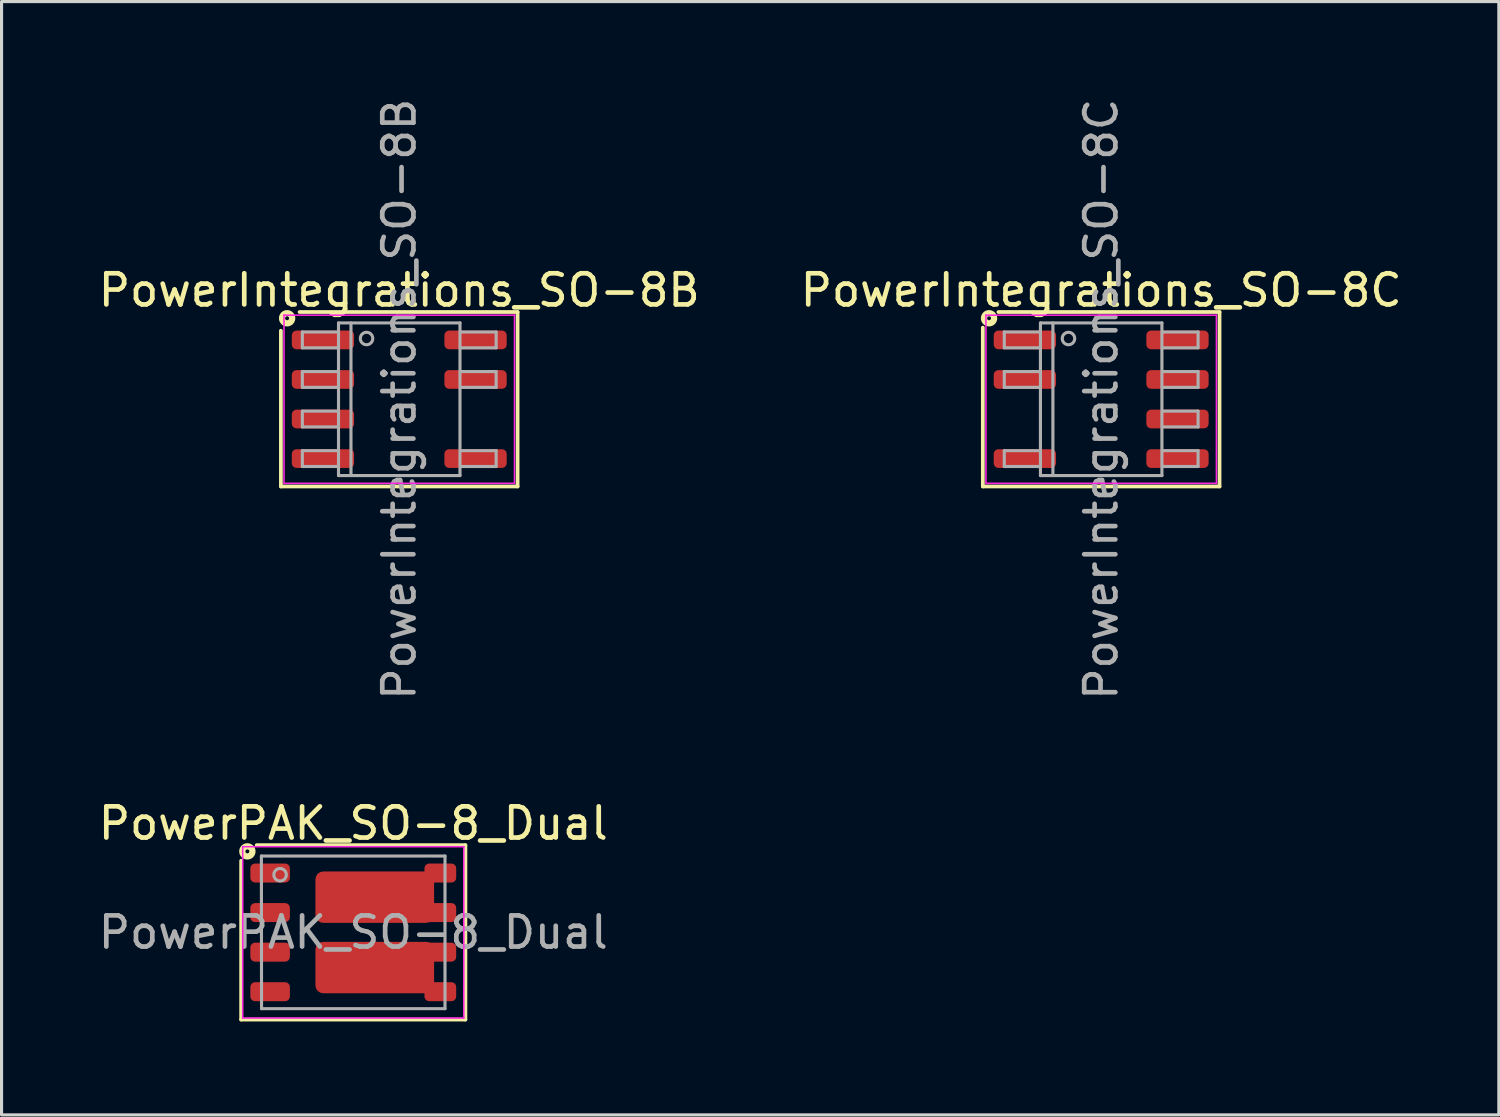
<source format=kicad_pcb>
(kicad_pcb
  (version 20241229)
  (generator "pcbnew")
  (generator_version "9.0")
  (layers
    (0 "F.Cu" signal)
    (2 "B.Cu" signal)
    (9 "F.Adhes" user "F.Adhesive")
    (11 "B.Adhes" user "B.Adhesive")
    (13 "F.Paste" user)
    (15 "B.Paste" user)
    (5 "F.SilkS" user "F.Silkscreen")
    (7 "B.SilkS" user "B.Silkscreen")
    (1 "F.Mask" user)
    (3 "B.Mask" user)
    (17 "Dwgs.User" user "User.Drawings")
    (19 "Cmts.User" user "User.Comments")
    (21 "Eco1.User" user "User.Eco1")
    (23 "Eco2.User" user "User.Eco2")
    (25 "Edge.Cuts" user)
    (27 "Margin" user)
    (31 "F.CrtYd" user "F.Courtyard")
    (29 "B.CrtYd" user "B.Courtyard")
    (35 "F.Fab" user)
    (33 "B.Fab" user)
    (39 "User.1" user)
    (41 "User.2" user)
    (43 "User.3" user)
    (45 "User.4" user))
  (footprint "PowerIntegrations_SO-8C"
    (layer "F.Cu")
    (at 32.304 9.768)
    (property "Reference" "PowerIntegrations_SO-8C" (at 0 -3.5 0) (layer "F.SilkS") (effects (font (size 1 1) (thickness 0.15))))
    (attr smd)
    (fp_line (start -3.8 2.8) (end -3.8 -2.3) (stroke (width 0.12) (type solid)) (layer "F.SilkS"))
    (fp_line (start -3.3 -2.8) (end 3.8 -2.8) (stroke (width 0.12) (type solid)) (layer "F.SilkS"))
    (fp_line (start 3.8 -2.8) (end 3.8 2.8) (stroke (width 0.12) (type solid)) (layer "F.SilkS"))
    (fp_line (start 3.8 2.8) (end -3.8 2.8) (stroke (width 0.12) (type solid)) (layer "F.SilkS"))
    (fp_circle (center -3.6 -2.6) (end -3.537 -2.6) (stroke (width 0.2) (type solid)) (fill no) (layer "F.SilkS"))
    (fp_line (start -3.7 -2.7) (end -3.7 2.7) (stroke (width 0.05) (type solid)) (layer "F.CrtYd"))
    (fp_line (start -3.7 -2.7) (end 3.7 -2.7) (stroke (width 0.05) (type solid)) (layer "F.CrtYd"))
    (fp_line (start 3.7 2.7) (end -3.7 2.7) (stroke (width 0.05) (type solid)) (layer "F.CrtYd"))
    (fp_line (start 3.7 2.7) (end 3.7 -2.7) (stroke (width 0.05) (type solid)) (layer "F.CrtYd"))
    (fp_line (start -3.111 -2.159) (end -3.111 -1.651) (stroke (width 0.1) (type solid)) (layer "F.Fab"))
    (fp_line (start -3.111 -2.159) (end -1.968 -2.159) (stroke (width 0.1) (type solid)) (layer "F.Fab"))
    (fp_line (start -3.111 -1.651) (end -1.968 -1.651) (stroke (width 0.1) (type solid)) (layer "F.Fab"))
    (fp_line (start -3.111 -0.889) (end -3.111 -0.381) (stroke (width 0.1) (type solid)) (layer "F.Fab"))
    (fp_line (start -3.111 -0.889) (end -1.968 -0.889) (stroke (width 0.1) (type solid)) (layer "F.Fab"))
    (fp_line (start -3.111 -0.381) (end -1.968 -0.381) (stroke (width 0.1) (type solid)) (layer "F.Fab"))
    (fp_line (start -3.111 1.651) (end -3.111 2.159) (stroke (width 0.1) (type solid)) (layer "F.Fab"))
    (fp_line (start -3.111 1.651) (end -1.968 1.651) (stroke (width 0.1) (type solid)) (layer "F.Fab"))
    (fp_line (start -3.111 2.159) (end -1.968 2.159) (stroke (width 0.1) (type solid)) (layer "F.Fab"))
    (fp_line (start -1.95 -2.45) (end 1.95 -2.45) (stroke (width 0.1) (type solid)) (layer "F.Fab"))
    (fp_line (start -1.95 2.45) (end -1.95 -2.45) (stroke (width 0.1) (type solid)) (layer "F.Fab"))
    (fp_line (start -1.55 -2.45) (end -1.55 2.45) (stroke (width 0.1) (type solid)) (layer "F.Fab"))
    (fp_line (start 1.95 -2.45) (end 1.95 2.45) (stroke (width 0.1) (type solid)) (layer "F.Fab"))
    (fp_line (start 1.95 2.45) (end -1.95 2.45) (stroke (width 0.1) (type solid)) (layer "F.Fab"))
    (fp_line (start 3.111 -2.159) (end 1.968 -2.159) (stroke (width 0.1) (type solid)) (layer "F.Fab"))
    (fp_line (start 3.111 -1.651) (end 1.968 -1.651) (stroke (width 0.1) (type solid)) (layer "F.Fab"))
    (fp_line (start 3.111 -1.651) (end 3.111 -2.159) (stroke (width 0.1) (type solid)) (layer "F.Fab"))
    (fp_line (start 3.111 -0.889) (end 1.968 -0.889) (stroke (width 0.1) (type solid)) (layer "F.Fab"))
    (fp_line (start 3.111 -0.381) (end 1.968 -0.381) (stroke (width 0.1) (type solid)) (layer "F.Fab"))
    (fp_line (start 3.111 -0.381) (end 3.111 -0.889) (stroke (width 0.1) (type solid)) (layer "F.Fab"))
    (fp_line (start 3.111 0.381) (end 1.968 0.381) (stroke (width 0.1) (type solid)) (layer "F.Fab"))
    (fp_line (start 3.111 0.889) (end 1.968 0.889) (stroke (width 0.1) (type solid)) (layer "F.Fab"))
    (fp_line (start 3.111 0.889) (end 3.111 0.381) (stroke (width 0.1) (type solid)) (layer "F.Fab"))
    (fp_line (start 3.111 1.651) (end 1.968 1.651) (stroke (width 0.1) (type solid)) (layer "F.Fab"))
    (fp_line (start 3.111 2.159) (end 1.968 2.159) (stroke (width 0.1) (type solid)) (layer "F.Fab"))
    (fp_line (start 3.111 2.159) (end 3.111 1.651) (stroke (width 0.1) (type solid)) (layer "F.Fab"))
    (fp_circle (center -1.05 -1.95) (end -0.85 -1.95) (stroke (width 0.1) (type solid)) (fill no) (layer "F.Fab"))
    (fp_text user "${REFERENCE}" (at 0 0 90) (layer "F.Fab") (effects (font (size 1 1) (thickness 0.15))))
    (pad "1" smd roundrect (at -2.45 -1.905) (size 2 0.6) (layers "F.Cu" "F.Mask" "F.Paste") (roundrect_rratio 0.25))
    (pad "2" smd roundrect (at -2.45 -0.635) (size 2 0.6) (layers "F.Cu" "F.Mask" "F.Paste") (roundrect_rratio 0.25))
    (pad "4" smd roundrect (at -2.45 1.905) (size 2 0.6) (layers "F.Cu" "F.Mask" "F.Paste") (roundrect_rratio 0.25))
    (pad "5" smd roundrect (at 2.45 1.905) (size 2 0.6) (layers "F.Cu" "F.Mask" "F.Paste") (roundrect_rratio 0.25))
    (pad "6" smd roundrect (at 2.45 0.635) (size 2 0.6) (layers "F.Cu" "F.Mask" "F.Paste") (roundrect_rratio 0.25))
    (pad "7" smd roundrect (at 2.45 -0.635) (size 2 0.6) (layers "F.Cu" "F.Mask" "F.Paste") (roundrect_rratio 0.25))
    (pad "8" smd roundrect (at 2.45 -1.905) (size 2 0.6) (layers "F.Cu" "F.Mask" "F.Paste") (roundrect_rratio 0.25)))
  (footprint "PowerPAK_SO-8_Dual"
    (layer "F.Cu")
    (at 8.292 26.884)
    (property "Reference" "PowerPAK_SO-8_Dual" (at 0 -3.5 0) (layer "F.SilkS") (effects (font (size 1 1) (thickness 0.15))))
    (attr smd)
    (fp_line (start -3.6 -2.3) (end -3.6 2.8) (stroke (width 0.12) (type solid)) (layer "F.SilkS"))
    (fp_line (start -3.6 2.8) (end 3.6 2.8) (stroke (width 0.12) (type solid)) (layer "F.SilkS"))
    (fp_line (start 3.6 -2.8) (end -3.1 -2.8) (stroke (width 0.12) (type solid)) (layer "F.SilkS"))
    (fp_line (start 3.6 2.8) (end 3.6 -2.8) (stroke (width 0.12) (type solid)) (layer "F.SilkS"))
    (fp_circle (center -3.4 -2.6) (end -3.337 -2.6) (stroke (width 0.2) (type solid)) (fill no) (layer "F.SilkS"))
    (fp_line (start -3.55 -2.75) (end -3.55 2.75) (stroke (width 0.05) (type solid)) (layer "F.CrtYd"))
    (fp_line (start -3.55 -2.75) (end 3.55 -2.75) (stroke (width 0.05) (type solid)) (layer "F.CrtYd"))
    (fp_line (start -3.55 2.75) (end 3.55 2.75) (stroke (width 0.05) (type solid)) (layer "F.CrtYd"))
    (fp_line (start 3.55 -2.75) (end 3.55 2.75) (stroke (width 0.05) (type solid)) (layer "F.CrtYd"))
    (fp_line (start -2.95 -2.45) (end 2.945 -2.45) (stroke (width 0.1) (type solid)) (layer "F.Fab"))
    (fp_line (start -2.945 2.45) (end -2.95 -2.45) (stroke (width 0.1) (type solid)) (layer "F.Fab"))
    (fp_line (start 2.945 -2.45) (end 2.945 2.45) (stroke (width 0.1) (type solid)) (layer "F.Fab"))
    (fp_line (start 2.945 2.45) (end -2.945 2.45) (stroke (width 0.1) (type solid)) (layer "F.Fab"))
    (fp_circle (center -2.35 -1.85) (end -2.15 -1.85) (stroke (width 0.1) (type solid)) (fill no) (layer "F.Fab"))
    (fp_text user "${REFERENCE}" (at 0 0 0) (layer "F.Fab") (effects (font (size 1 1) (thickness 0.15))))
    (pad "" smd roundrect (at -0.4 -1.15) (size 1.4 1.4) (layers "F.Paste") (roundrect_rratio 0.25))
    (pad "" smd roundrect (at -0.4 1.15) (size 1.4 1.4) (layers "F.Paste") (roundrect_rratio 0.25))
    (pad "" smd roundrect (at 1.3 -1.15) (size 1.4 1.4) (layers "F.Paste") (roundrect_rratio 0.25))
    (pad "" smd roundrect (at 1.3 1.15) (size 1.4 1.4) (layers "F.Paste") (roundrect_rratio 0.25))
    (pad "1" smd roundrect (at -2.67 -1.905) (size 1.27 0.61) (layers "F.Cu" "F.Mask" "F.Paste") (roundrect_rratio 0.25))
    (pad "2" smd roundrect (at -2.67 -0.635) (size 1.27 0.61) (layers "F.Cu" "F.Mask" "F.Paste") (roundrect_rratio 0.25))
    (pad "3" smd roundrect (at -2.67 0.635) (size 1.27 0.61) (layers "F.Cu" "F.Mask" "F.Paste") (roundrect_rratio 0.25))
    (pad "4" smd roundrect (at -2.67 1.905) (size 1.27 0.61) (layers "F.Cu" "F.Mask" "F.Paste") (roundrect_rratio 0.25))
    (pad "5" smd roundrect (at 0.69 -1.13) (size 3.81 1.65) (layers "F.Cu" "F.Mask") (roundrect_rratio 0.152))
    (pad "5" smd roundrect (at 2.795 -1.905) (size 1.02 0.61) (layers "F.Cu" "F.Mask" "F.Paste") (roundrect_rratio 0.25))
    (pad "5" smd roundrect (at 2.795 -0.635) (size 1.02 0.61) (layers "F.Cu" "F.Mask" "F.Paste") (roundrect_rratio 0.25))
    (pad "6" smd roundrect (at 0.69 1.13) (size 3.81 1.65) (layers "F.Cu" "F.Mask") (roundrect_rratio 0.152))
    (pad "6" smd roundrect (at 2.795 0.635) (size 1.02 0.61) (layers "F.Cu" "F.Mask" "F.Paste") (roundrect_rratio 0.25))
    (pad "6" smd roundrect (at 2.795 1.905) (size 1.02 0.61) (layers "F.Cu" "F.Mask" "F.Paste") (roundrect_rratio 0.25)))
  (footprint "PowerIntegrations_SO-8B"
    (layer "F.Cu")
    (at 9.768 9.768)
    (property "Reference" "PowerIntegrations_SO-8B" (at 0 -3.5 0) (layer "F.SilkS") (effects (font (size 1 1) (thickness 0.15))))
    (attr smd)
    (fp_line (start -3.8 2.8) (end -3.8 -2.2) (stroke (width 0.12) (type solid)) (layer "F.SilkS"))
    (fp_line (start -3.2 -2.8) (end 3.8 -2.8) (stroke (width 0.12) (type solid)) (layer "F.SilkS"))
    (fp_line (start 3.8 -2.8) (end 3.8 2.8) (stroke (width 0.12) (type solid)) (layer "F.SilkS"))
    (fp_line (start 3.8 2.8) (end -3.8 2.8) (stroke (width 0.12) (type solid)) (layer "F.SilkS"))
    (fp_circle (center -3.6 -2.6) (end -3.537 -2.6) (stroke (width 0.2) (type solid)) (fill no) (layer "F.SilkS"))
    (fp_line (start -3.7 -2.7) (end -3.7 2.7) (stroke (width 0.05) (type solid)) (layer "F.CrtYd"))
    (fp_line (start -3.7 -2.7) (end 3.7 -2.7) (stroke (width 0.05) (type solid)) (layer "F.CrtYd"))
    (fp_line (start 3.7 2.7) (end -3.7 2.7) (stroke (width 0.05) (type solid)) (layer "F.CrtYd"))
    (fp_line (start 3.7 2.7) (end 3.7 -2.7) (stroke (width 0.05) (type solid)) (layer "F.CrtYd"))
    (fp_line (start -3.111 -2.159) (end -3.111 -1.651) (stroke (width 0.1) (type solid)) (layer "F.Fab"))
    (fp_line (start -3.111 -2.159) (end -1.968 -2.159) (stroke (width 0.1) (type solid)) (layer "F.Fab"))
    (fp_line (start -3.111 -1.651) (end -1.968 -1.651) (stroke (width 0.1) (type solid)) (layer "F.Fab"))
    (fp_line (start -3.111 -0.889) (end -3.111 -0.381) (stroke (width 0.1) (type solid)) (layer "F.Fab"))
    (fp_line (start -3.111 -0.889) (end -1.968 -0.889) (stroke (width 0.1) (type solid)) (layer "F.Fab"))
    (fp_line (start -3.111 -0.381) (end -1.968 -0.381) (stroke (width 0.1) (type solid)) (layer "F.Fab"))
    (fp_line (start -3.111 0.381) (end -3.111 0.889) (stroke (width 0.1) (type solid)) (layer "F.Fab"))
    (fp_line (start -3.111 0.381) (end -1.968 0.381) (stroke (width 0.1) (type solid)) (layer "F.Fab"))
    (fp_line (start -3.111 0.889) (end -1.968 0.889) (stroke (width 0.1) (type solid)) (layer "F.Fab"))
    (fp_line (start -3.111 1.651) (end -3.111 2.159) (stroke (width 0.1) (type solid)) (layer "F.Fab"))
    (fp_line (start -3.111 1.651) (end -1.968 1.651) (stroke (width 0.1) (type solid)) (layer "F.Fab"))
    (fp_line (start -3.111 2.159) (end -1.968 2.159) (stroke (width 0.1) (type solid)) (layer "F.Fab"))
    (fp_line (start -1.95 -2.45) (end 1.95 -2.45) (stroke (width 0.1) (type solid)) (layer "F.Fab"))
    (fp_line (start -1.95 2.45) (end -1.95 -2.45) (stroke (width 0.1) (type solid)) (layer "F.Fab"))
    (fp_line (start -1.55 -2.45) (end -1.55 2.45) (stroke (width 0.1) (type solid)) (layer "F.Fab"))
    (fp_line (start 1.95 -2.45) (end 1.95 2.45) (stroke (width 0.1) (type solid)) (layer "F.Fab"))
    (fp_line (start 1.95 2.45) (end -1.95 2.45) (stroke (width 0.1) (type solid)) (layer "F.Fab"))
    (fp_line (start 3.111 -2.159) (end 1.968 -2.159) (stroke (width 0.1) (type solid)) (layer "F.Fab"))
    (fp_line (start 3.111 -1.651) (end 1.968 -1.651) (stroke (width 0.1) (type solid)) (layer "F.Fab"))
    (fp_line (start 3.111 -1.651) (end 3.111 -2.159) (stroke (width 0.1) (type solid)) (layer "F.Fab"))
    (fp_line (start 3.111 -0.889) (end 1.968 -0.889) (stroke (width 0.1) (type solid)) (layer "F.Fab"))
    (fp_line (start 3.111 -0.381) (end 1.968 -0.381) (stroke (width 0.1) (type solid)) (layer "F.Fab"))
    (fp_line (start 3.111 -0.381) (end 3.111 -0.889) (stroke (width 0.1) (type solid)) (layer "F.Fab"))
    (fp_line (start 3.111 1.651) (end 1.968 1.651) (stroke (width 0.1) (type solid)) (layer "F.Fab"))
    (fp_line (start 3.111 2.159) (end 1.968 2.159) (stroke (width 0.1) (type solid)) (layer "F.Fab"))
    (fp_line (start 3.111 2.159) (end 3.111 1.651) (stroke (width 0.1) (type solid)) (layer "F.Fab"))
    (fp_circle (center -1.05 -1.95) (end -0.85 -1.95) (stroke (width 0.1) (type solid)) (fill no) (layer "F.Fab"))
    (fp_text user "${REFERENCE}" (at 0 0 90) (layer "F.Fab") (effects (font (size 1 1) (thickness 0.15))))
    (pad "1" smd roundrect (at -2.45 -1.905) (size 2 0.6) (layers "F.Cu" "F.Mask" "F.Paste") (roundrect_rratio 0.25))
    (pad "2" smd roundrect (at -2.45 -0.635) (size 2 0.6) (layers "F.Cu" "F.Mask" "F.Paste") (roundrect_rratio 0.25))
    (pad "3" smd roundrect (at -2.45 0.635) (size 2 0.6) (layers "F.Cu" "F.Mask" "F.Paste") (roundrect_rratio 0.25))
    (pad "4" smd roundrect (at -2.45 1.905) (size 2 0.6) (layers "F.Cu" "F.Mask" "F.Paste") (roundrect_rratio 0.25))
    (pad "5" smd roundrect (at 2.45 1.905) (size 2 0.6) (layers "F.Cu" "F.Mask" "F.Paste") (roundrect_rratio 0.25))
    (pad "7" smd roundrect (at 2.45 -0.635) (size 2 0.6) (layers "F.Cu" "F.Mask" "F.Paste") (roundrect_rratio 0.25))
    (pad "8" smd roundrect (at 2.45 -1.905) (size 2 0.6) (layers "F.Cu" "F.Mask" "F.Paste") (roundrect_rratio 0.25)))
  (gr_rect
    (start -3 -3)
    (end 45.071 32.744)
    (stroke (width 0.1) (type default))
    (fill no)
    (layer "Edge.Cuts")))
</source>
